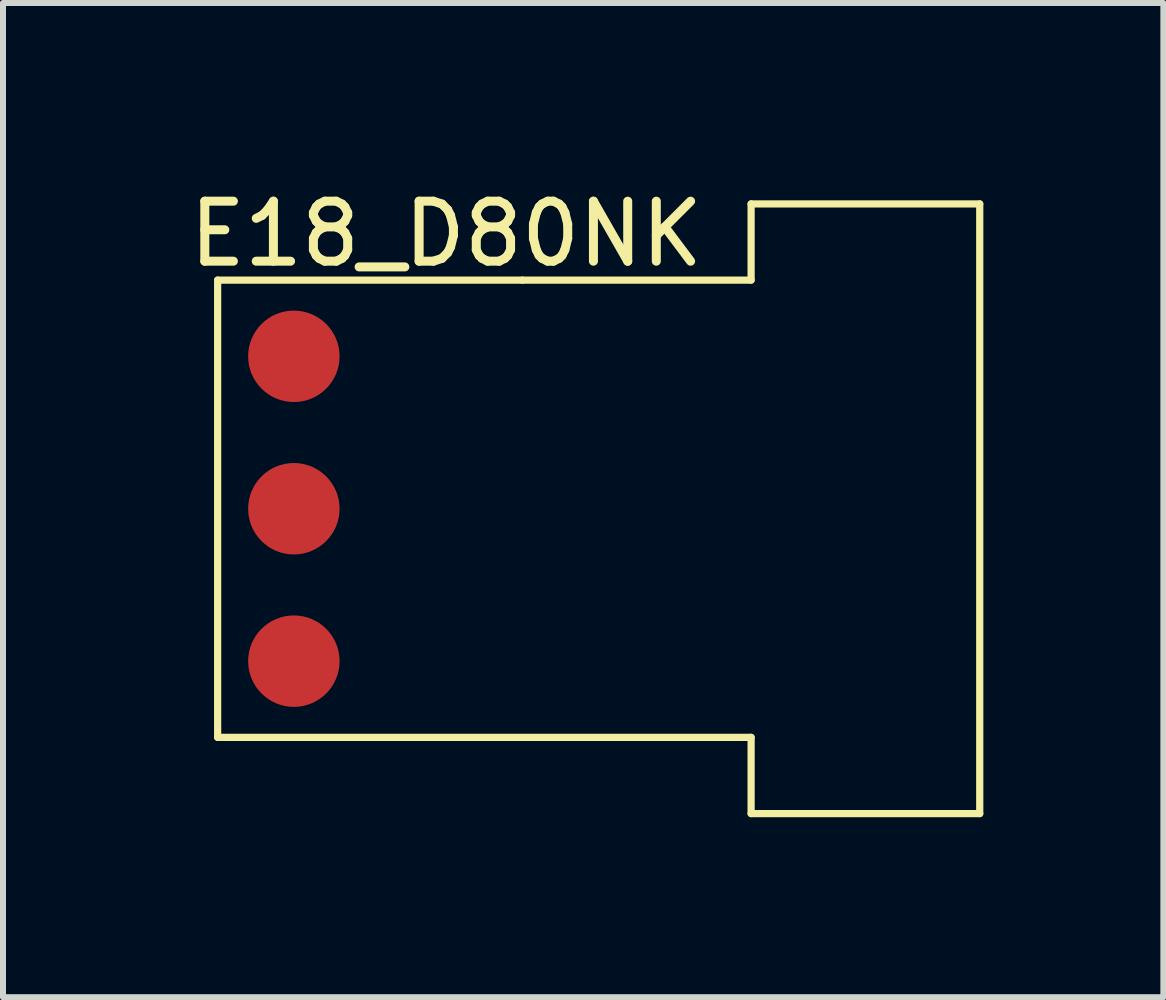
<source format=kicad_pcb>
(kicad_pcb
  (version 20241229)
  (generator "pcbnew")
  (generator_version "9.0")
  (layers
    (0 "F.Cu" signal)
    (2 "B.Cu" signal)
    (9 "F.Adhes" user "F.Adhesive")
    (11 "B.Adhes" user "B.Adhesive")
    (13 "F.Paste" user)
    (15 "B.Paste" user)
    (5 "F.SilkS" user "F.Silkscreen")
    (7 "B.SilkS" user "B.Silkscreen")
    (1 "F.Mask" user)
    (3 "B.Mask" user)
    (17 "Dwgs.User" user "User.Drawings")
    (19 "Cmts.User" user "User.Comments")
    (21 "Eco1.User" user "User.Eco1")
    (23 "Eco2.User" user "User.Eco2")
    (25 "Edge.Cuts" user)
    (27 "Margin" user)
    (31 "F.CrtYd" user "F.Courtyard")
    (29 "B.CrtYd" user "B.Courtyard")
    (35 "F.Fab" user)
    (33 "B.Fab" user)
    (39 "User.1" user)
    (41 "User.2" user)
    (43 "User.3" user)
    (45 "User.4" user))
  (footprint "E18_D80NK"
    (layer "F.Cu")
    (at 4.387 1.618)
    (property "Reference" "E18_D80NK" (at 0 -0.77 0) (layer "F.SilkS") (effects (font (size 1 1) (thickness 0.15))))
    (attr through_hole)
    (fp_line (start -3.81 0) (end 1.27 0) (stroke (width 0.12) (type solid)) (layer "F.SilkS"))
    (fp_line (start -3.81 7.62) (end -3.81 0) (stroke (width 0.12) (type solid)) (layer "F.SilkS"))
    (fp_line (start 1.27 0) (end 5.08 0) (stroke (width 0.12) (type solid)) (layer "F.SilkS"))
    (fp_line (start 5.08 -1.27) (end 8.89 -1.27) (stroke (width 0.12) (type solid)) (layer "F.SilkS"))
    (fp_line (start 5.08 0) (end 5.08 -1.27) (stroke (width 0.12) (type solid)) (layer "F.SilkS"))
    (fp_line (start 5.08 7.62) (end -3.81 7.62) (stroke (width 0.12) (type solid)) (layer "F.SilkS"))
    (fp_line (start 5.08 8.89) (end 5.08 7.62) (stroke (width 0.12) (type solid)) (layer "F.SilkS"))
    (fp_line (start 8.89 -1.27) (end 8.89 8.89) (stroke (width 0.12) (type solid)) (layer "F.SilkS"))
    (fp_line (start 8.89 8.89) (end 5.08 8.89) (stroke (width 0.12) (type solid)) (layer "F.SilkS"))
    (pad "1" connect circle (at -2.54 1.27) (size 1.524 1.524) (layers "F.Cu" "F.Mask"))
    (pad "2" connect circle (at -2.54 3.81) (size 1.524 1.524) (layers "F.Cu" "F.Mask"))
    (pad "3" connect circle (at -2.54 6.35) (size 1.524 1.524) (layers "F.Cu" "F.Mask")))
  (gr_rect
    (start -3 -3)
    (end 16.337 13.568)
    (stroke (width 0.1) (type default))
    (fill no)
    (layer "Edge.Cuts")))
</source>
